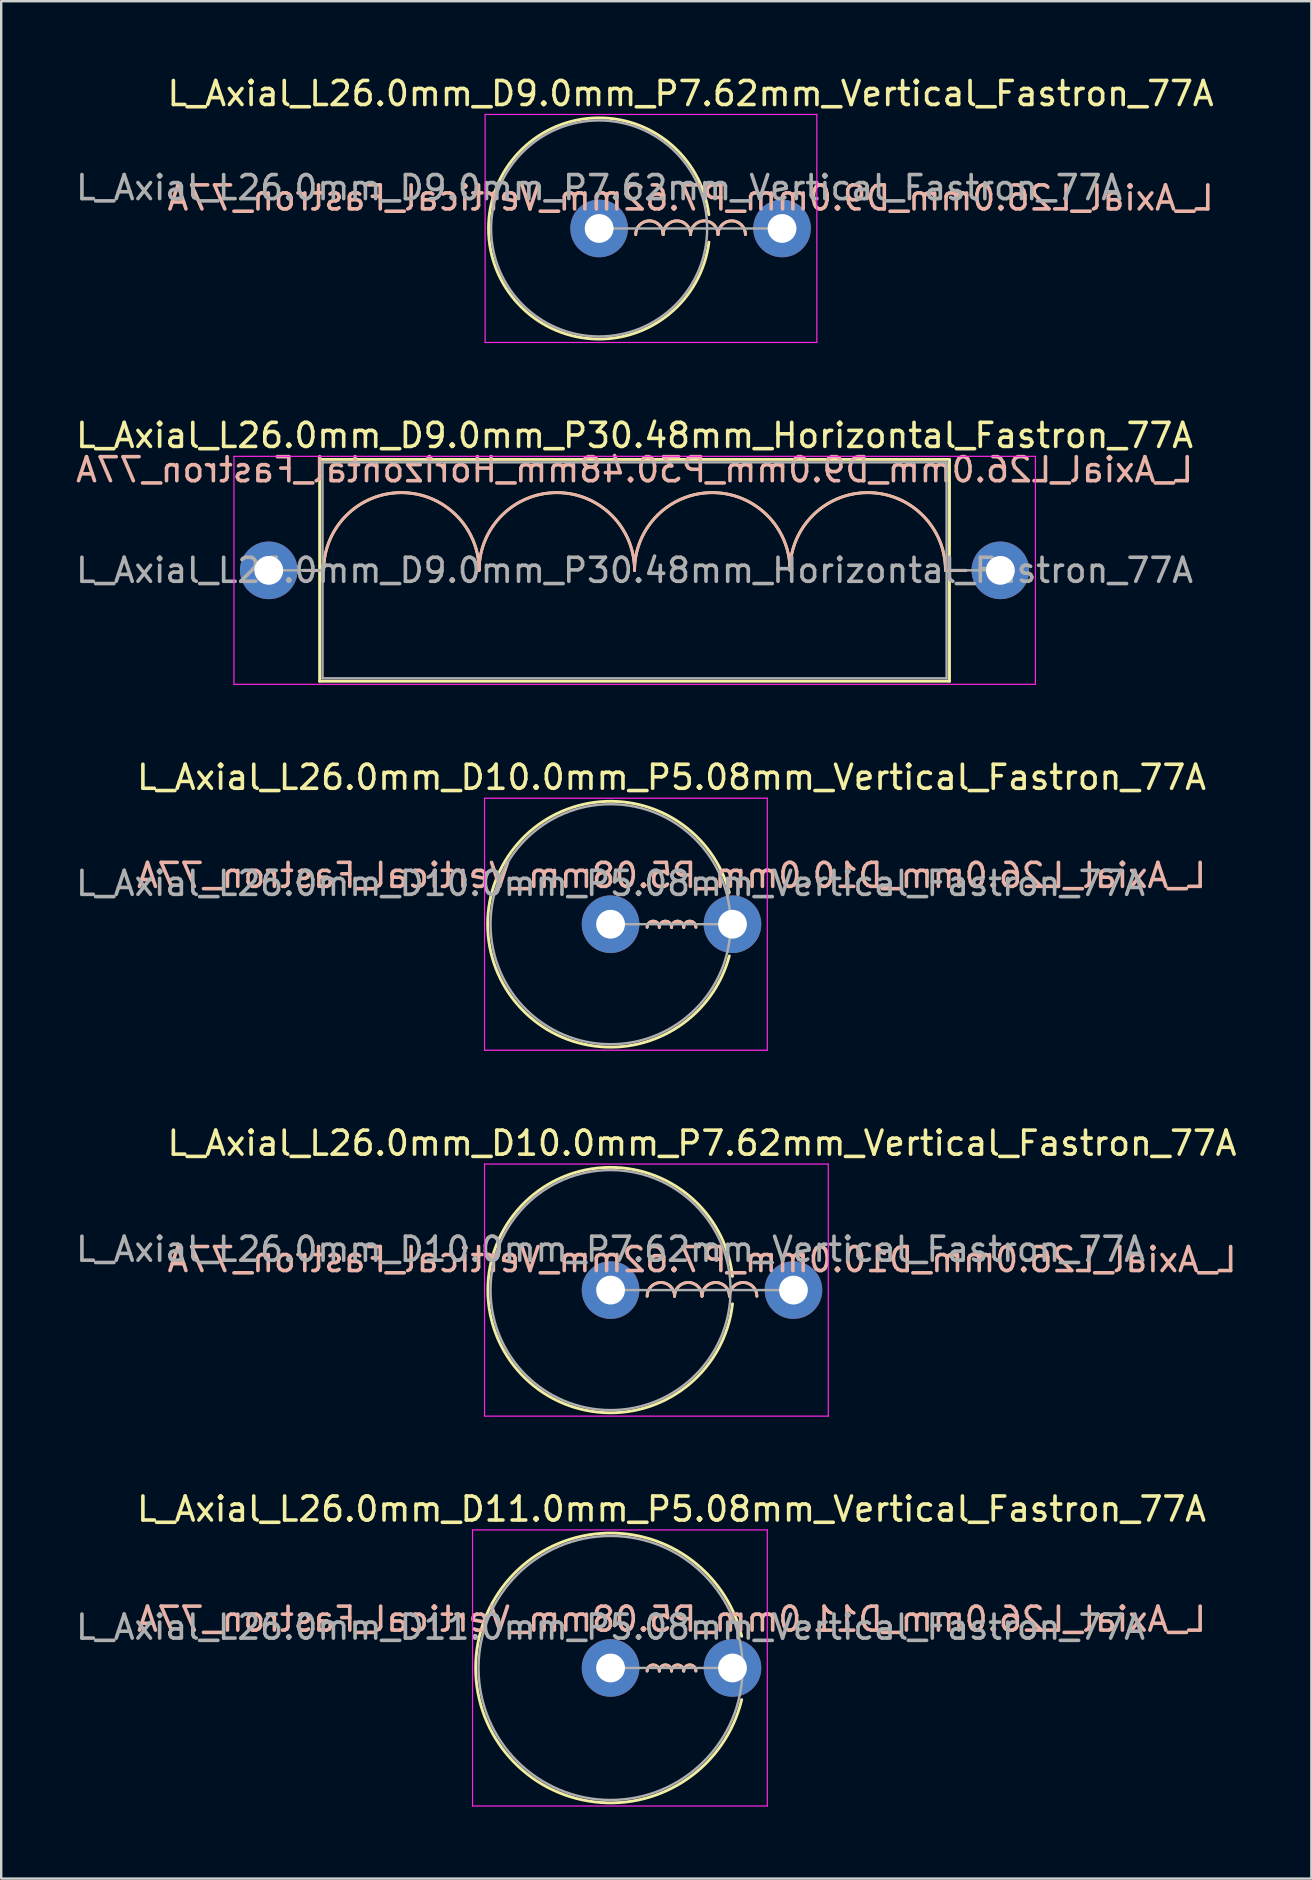
<source format=kicad_pcb>
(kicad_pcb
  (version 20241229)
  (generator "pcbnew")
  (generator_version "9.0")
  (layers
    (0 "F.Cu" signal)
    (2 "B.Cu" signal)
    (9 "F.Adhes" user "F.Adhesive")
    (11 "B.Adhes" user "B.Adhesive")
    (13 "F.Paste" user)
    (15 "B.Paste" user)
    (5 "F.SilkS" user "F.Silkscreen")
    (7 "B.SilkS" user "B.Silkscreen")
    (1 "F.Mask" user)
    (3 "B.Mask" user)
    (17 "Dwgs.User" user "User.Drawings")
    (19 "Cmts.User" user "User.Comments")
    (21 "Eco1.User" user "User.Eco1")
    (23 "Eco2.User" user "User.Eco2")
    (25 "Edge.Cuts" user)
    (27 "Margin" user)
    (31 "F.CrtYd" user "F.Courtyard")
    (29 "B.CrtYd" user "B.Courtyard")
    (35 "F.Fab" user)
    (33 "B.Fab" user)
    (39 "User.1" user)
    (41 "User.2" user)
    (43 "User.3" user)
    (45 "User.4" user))
  (footprint "L_Axial_L26.0mm_D10.0mm_P7.62mm_Vertical_Fastron_77A"
    (layer "F.Cu")
    (at 22.387 50.698)
    (property "Reference" "L_Axial_L26.0mm_D10.0mm_P7.62mm_Vertical_Fastron_77A" (at 3.81 -6.12 0) (layer "F.SilkS") (effects (font (size 1 1) (thickness 0.15))))
    (fp_arc (start 1.524 0.254) (mid 2.0955 -0.3175) (end 2.667 0.254) (stroke (width 0.12) (type solid)) (layer "F.SilkS"))
    (fp_arc (start 2.667 0.254) (mid 3.2385 -0.3175) (end 3.81 0.254) (stroke (width 0.12) (type solid)) (layer "F.SilkS"))
    (fp_arc (start 3.81 0.254) (mid 4.3815 -0.3175) (end 4.953 0.254) (stroke (width 0.12) (type solid)) (layer "F.SilkS"))
    (fp_arc (start 4.953 0.254) (mid 5.5245 -0.3175) (end 6.096 0.254) (stroke (width 0.12) (type solid)) (layer "F.SilkS"))
    (fp_arc (start 5.08 0.5715) (mid -5.112046 0) (end 5.08 -0.5715) (stroke (width 0.12) (type solid)) (layer "F.SilkS"))
    (fp_arc (start 1.524 0.254) (mid 2.0955 -0.3175) (end 2.667 0.254) (stroke (width 0.12) (type solid)) (layer "B.SilkS"))
    (fp_arc (start 2.667 0.254) (mid 3.2385 -0.3175) (end 3.81 0.254) (stroke (width 0.12) (type solid)) (layer "B.SilkS"))
    (fp_arc (start 3.81 0.254) (mid 4.3815 -0.3175) (end 4.953 0.254) (stroke (width 0.12) (type solid)) (layer "B.SilkS"))
    (fp_arc (start 4.953 0.254) (mid 5.5245 -0.3175) (end 6.096 0.254) (stroke (width 0.12) (type solid)) (layer "B.SilkS"))
    (fp_line (start -5.25 -5.25) (end -5.25 5.25) (stroke (width 0.05) (type solid)) (layer "F.CrtYd"))
    (fp_line (start -5.25 5.25) (end 9.07 5.25) (stroke (width 0.05) (type solid)) (layer "F.CrtYd"))
    (fp_line (start 9.07 -5.25) (end -5.25 -5.25) (stroke (width 0.05) (type solid)) (layer "F.CrtYd"))
    (fp_line (start 9.07 5.25) (end 9.07 -5.25) (stroke (width 0.05) (type solid)) (layer "F.CrtYd"))
    (fp_line (start 0 0) (end 7.62 0) (stroke (width 0.1) (type solid)) (layer "F.Fab"))
    (fp_circle (center 0 0) (end 5 0) (stroke (width 0.1) (type solid)) (fill no) (layer "F.Fab"))
    (fp_text user "${REFERENCE}" (at 3.81 -1.27 0) (layer "B.SilkS") (effects (font (size 1 1) (thickness 0.15)) (justify mirror)))
    (fp_text user "${REFERENCE}" (at 0 -1.7 0) (layer "F.Fab") (effects (font (size 1 1) (thickness 0.15))))
    (pad "1" thru_hole circle (at 0 0) (size 2.4 2.4) (drill 1.2) (layers "*.Cu" "*.Mask"))
    (pad "2" thru_hole oval (at 7.62 0) (size 2.4 2.4) (drill 1.2) (layers "*.Cu" "*.Mask")))
  (footprint "L_Axial_L26.0mm_D11.0mm_P5.08mm_Vertical_Fastron_77A"
    (layer "F.Cu")
    (at 22.387 66.441)
    (property "Reference" "L_Axial_L26.0mm_D11.0mm_P5.08mm_Vertical_Fastron_77A" (at 2.54 -6.62 0) (layer "F.SilkS") (effects (font (size 1 1) (thickness 0.15))))
    (fp_arc (start 1.524 0.127) (mid 1.778 -0.127) (end 2.032 0.127) (stroke (width 0.12) (type solid)) (layer "F.SilkS"))
    (fp_arc (start 2.032 0.127) (mid 2.286 -0.127) (end 2.54 0.127) (stroke (width 0.12) (type solid)) (layer "F.SilkS"))
    (fp_arc (start 2.54 0.127) (mid 2.794 -0.127) (end 3.048 0.127) (stroke (width 0.12) (type solid)) (layer "F.SilkS"))
    (fp_arc (start 3.048 0.127) (mid 3.302 -0.127) (end 3.556 0.127) (stroke (width 0.12) (type solid)) (layer "F.SilkS"))
    (fp_arc (start 5.462783 1.32) (mid -5.62 0) (end 5.462783 -1.32) (stroke (width 0.12) (type solid)) (layer "F.SilkS"))
    (fp_arc (start 1.524 0.127) (mid 1.778 -0.127) (end 2.032 0.127) (stroke (width 0.12) (type solid)) (layer "B.SilkS"))
    (fp_arc (start 2.032 0.127) (mid 2.286 -0.127) (end 2.54 0.127) (stroke (width 0.12) (type solid)) (layer "B.SilkS"))
    (fp_arc (start 2.54 0.127) (mid 2.794 -0.127) (end 3.048 0.127) (stroke (width 0.12) (type solid)) (layer "B.SilkS"))
    (fp_arc (start 3.048 0.127) (mid 3.302 -0.127) (end 3.556 0.127) (stroke (width 0.12) (type solid)) (layer "B.SilkS"))
    (fp_line (start -5.75 -5.75) (end -5.75 5.75) (stroke (width 0.05) (type solid)) (layer "F.CrtYd"))
    (fp_line (start -5.75 5.75) (end 6.53 5.75) (stroke (width 0.05) (type solid)) (layer "F.CrtYd"))
    (fp_line (start 6.53 -5.75) (end -5.75 -5.75) (stroke (width 0.05) (type solid)) (layer "F.CrtYd"))
    (fp_line (start 6.53 5.75) (end 6.53 -5.75) (stroke (width 0.05) (type solid)) (layer "F.CrtYd"))
    (fp_line (start 0 0) (end 5.08 0) (stroke (width 0.1) (type solid)) (layer "F.Fab"))
    (fp_circle (center 0 0) (end 5.5 0) (stroke (width 0.1) (type solid)) (fill no) (layer "F.Fab"))
    (fp_text user "${REFERENCE}" (at 2.54 -2.032 0) (layer "B.SilkS") (effects (font (size 1 1) (thickness 0.15)) (justify mirror)))
    (fp_text user "${REFERENCE}" (at 0 -1.7 0) (layer "F.Fab") (effects (font (size 1 1) (thickness 0.15))))
    (pad "1" thru_hole circle (at 0 0) (size 2.4 2.4) (drill 1.2) (layers "*.Cu" "*.Mask"))
    (pad "2" thru_hole oval (at 5.08 0) (size 2.4 2.4) (drill 1.2) (layers "*.Cu" "*.Mask")))
  (footprint "L_Axial_L26.0mm_D9.0mm_P30.48mm_Horizontal_Fastron_77A"
    (layer "F.Cu")
    (at 8.147 20.712)
    (property "Reference" "L_Axial_L26.0mm_D9.0mm_P30.48mm_Horizontal_Fastron_77A" (at 15.24 -5.62 0) (layer "F.SilkS") (effects (font (size 1 1) (thickness 0.15))))
    (fp_line (start 1.44 0) (end 2.12 0) (stroke (width 0.12) (type solid)) (layer "F.SilkS"))
    (fp_line (start 2.12 -4.62) (end 2.12 4.62) (stroke (width 0.12) (type solid)) (layer "F.SilkS"))
    (fp_line (start 2.12 4.62) (end 28.36 4.62) (stroke (width 0.12) (type solid)) (layer "F.SilkS"))
    (fp_line (start 2.286 0) (end 2.12 0) (stroke (width 0.12) (type solid)) (layer "F.SilkS"))
    (fp_line (start 28.194 0) (end 28.321 0) (stroke (width 0.12) (type solid)) (layer "F.SilkS"))
    (fp_line (start 28.321 0) (end 28.36 0) (stroke (width 0.12) (type solid)) (layer "F.SilkS"))
    (fp_line (start 28.36 -4.62) (end 2.12 -4.62) (stroke (width 0.12) (type solid)) (layer "F.SilkS"))
    (fp_line (start 28.36 4.62) (end 28.36 -4.62) (stroke (width 0.12) (type solid)) (layer "F.SilkS"))
    (fp_line (start 29.04 0) (end 28.36 0) (stroke (width 0.12) (type solid)) (layer "F.SilkS"))
    (fp_arc (start 2.286 0) (mid 5.5245 -3.2385) (end 8.763 0) (stroke (width 0.12) (type solid)) (layer "F.SilkS"))
    (fp_arc (start 8.763 0) (mid 12.0015 -3.2385) (end 15.24 0) (stroke (width 0.12) (type solid)) (layer "F.SilkS"))
    (fp_arc (start 15.24 0) (mid 18.4785 -3.2385) (end 21.717 0) (stroke (width 0.12) (type solid)) (layer "F.SilkS"))
    (fp_arc (start 21.717 0) (mid 24.9555 -3.2385) (end 28.194 0) (stroke (width 0.12) (type solid)) (layer "F.SilkS"))
    (fp_line (start 1.44 0) (end 2.12 0) (stroke (width 0.12) (type solid)) (layer "B.SilkS"))
    (fp_line (start 2.159 0) (end 2.12 0) (stroke (width 0.12) (type solid)) (layer "B.SilkS"))
    (fp_line (start 2.286 0) (end 2.159 0) (stroke (width 0.12) (type solid)) (layer "B.SilkS"))
    (fp_line (start 28.194 0) (end 28.36 0) (stroke (width 0.12) (type solid)) (layer "B.SilkS"))
    (fp_line (start 29.04 0) (end 28.36 0) (stroke (width 0.12) (type solid)) (layer "B.SilkS"))
    (fp_arc (start 2.286 0) (mid 5.5245 -3.2385) (end 8.763 0) (stroke (width 0.12) (type solid)) (layer "B.SilkS"))
    (fp_arc (start 8.763 0) (mid 12.0015 -3.2385) (end 15.24 0) (stroke (width 0.12) (type solid)) (layer "B.SilkS"))
    (fp_arc (start 15.24 0) (mid 18.4785 -3.2385) (end 21.717 0) (stroke (width 0.12) (type solid)) (layer "B.SilkS"))
    (fp_arc (start 21.717 0) (mid 24.9555 -3.2385) (end 28.194 0) (stroke (width 0.12) (type solid)) (layer "B.SilkS"))
    (fp_line (start -1.45 -4.75) (end -1.45 4.75) (stroke (width 0.05) (type solid)) (layer "F.CrtYd"))
    (fp_line (start -1.45 4.75) (end 31.94 4.75) (stroke (width 0.05) (type solid)) (layer "F.CrtYd"))
    (fp_line (start 31.94 -4.75) (end -1.45 -4.75) (stroke (width 0.05) (type solid)) (layer "F.CrtYd"))
    (fp_line (start 31.94 4.75) (end 31.94 -4.75) (stroke (width 0.05) (type solid)) (layer "F.CrtYd"))
    (fp_line (start 0 0) (end 2.24 0) (stroke (width 0.1) (type solid)) (layer "F.Fab"))
    (fp_line (start 2.24 -4.5) (end 2.24 4.5) (stroke (width 0.1) (type solid)) (layer "F.Fab"))
    (fp_line (start 2.24 4.5) (end 28.24 4.5) (stroke (width 0.1) (type solid)) (layer "F.Fab"))
    (fp_line (start 28.24 -4.5) (end 2.24 -4.5) (stroke (width 0.1) (type solid)) (layer "F.Fab"))
    (fp_line (start 28.24 4.5) (end 28.24 -4.5) (stroke (width 0.1) (type solid)) (layer "F.Fab"))
    (fp_line (start 30.48 0) (end 28.24 0) (stroke (width 0.1) (type solid)) (layer "F.Fab"))
    (fp_text user "${REFERENCE}" (at 15.24 -4.191 0) (layer "B.SilkS") (effects (font (size 1 1) (thickness 0.15)) (justify mirror)))
    (fp_text user "${REFERENCE}" (at 15.24 0 0) (layer "F.Fab") (effects (font (size 1 1) (thickness 0.15))))
    (pad "1" thru_hole circle (at 0 0) (size 2.4 2.4) (drill 1.2) (layers "*.Cu" "*.Mask"))
    (pad "2" thru_hole oval (at 30.48 0) (size 2.4 2.4) (drill 1.2) (layers "*.Cu" "*.Mask")))
  (footprint "L_Axial_L26.0mm_D10.0mm_P5.08mm_Vertical_Fastron_77A"
    (layer "F.Cu")
    (at 22.387 35.455)
    (property "Reference" "L_Axial_L26.0mm_D10.0mm_P5.08mm_Vertical_Fastron_77A" (at 2.54 -6.12 0) (layer "F.SilkS") (effects (font (size 1 1) (thickness 0.15))))
    (fp_arc (start 1.524 0.127) (mid 1.778 -0.127) (end 2.032 0.127) (stroke (width 0.12) (type solid)) (layer "F.SilkS"))
    (fp_arc (start 2.032 0.127) (mid 2.286 -0.127) (end 2.54 0.127) (stroke (width 0.12) (type solid)) (layer "F.SilkS"))
    (fp_arc (start 2.54 0.127) (mid 2.794 -0.127) (end 3.048 0.127) (stroke (width 0.12) (type solid)) (layer "F.SilkS"))
    (fp_arc (start 3.048 0.127) (mid 3.302 -0.127) (end 3.556 0.127) (stroke (width 0.12) (type solid)) (layer "F.SilkS"))
    (fp_arc (start 4.946918 1.32) (mid -5.12 0) (end 4.946918 -1.32) (stroke (width 0.12) (type solid)) (layer "F.SilkS"))
    (fp_arc (start 1.524 0.127) (mid 1.778 -0.127) (end 2.032 0.127) (stroke (width 0.12) (type solid)) (layer "B.SilkS"))
    (fp_arc (start 2.032 0.127) (mid 2.286 -0.127) (end 2.54 0.127) (stroke (width 0.12) (type solid)) (layer "B.SilkS"))
    (fp_arc (start 2.54 0.127) (mid 2.794 -0.127) (end 3.048 0.127) (stroke (width 0.12) (type solid)) (layer "B.SilkS"))
    (fp_arc (start 3.048 0.127) (mid 3.302 -0.127) (end 3.556 0.127) (stroke (width 0.12) (type solid)) (layer "B.SilkS"))
    (fp_line (start -5.25 -5.25) (end -5.25 5.25) (stroke (width 0.05) (type solid)) (layer "F.CrtYd"))
    (fp_line (start -5.25 5.25) (end 6.53 5.25) (stroke (width 0.05) (type solid)) (layer "F.CrtYd"))
    (fp_line (start 6.53 -5.25) (end -5.25 -5.25) (stroke (width 0.05) (type solid)) (layer "F.CrtYd"))
    (fp_line (start 6.53 5.25) (end 6.53 -5.25) (stroke (width 0.05) (type solid)) (layer "F.CrtYd"))
    (fp_line (start 0 0) (end 5.08 0) (stroke (width 0.1) (type solid)) (layer "F.Fab"))
    (fp_circle (center 0 0) (end 5 0) (stroke (width 0.1) (type solid)) (fill no) (layer "F.Fab"))
    (fp_text user "${REFERENCE}" (at 2.54 -2.032 0) (layer "B.SilkS") (effects (font (size 1 1) (thickness 0.15)) (justify mirror)))
    (fp_text user "${REFERENCE}" (at 0 -1.7 0) (layer "F.Fab") (effects (font (size 1 1) (thickness 0.15))))
    (pad "1" thru_hole circle (at 0 0) (size 2.4 2.4) (drill 1.2) (layers "*.Cu" "*.Mask"))
    (pad "2" thru_hole oval (at 5.08 0) (size 2.4 2.4) (drill 1.2) (layers "*.Cu" "*.Mask")))
  (footprint "L_Axial_L26.0mm_D9.0mm_P7.62mm_Vertical_Fastron_77A"
    (layer "F.Cu")
    (at 21.911 6.468)
    (property "Reference" "L_Axial_L26.0mm_D9.0mm_P7.62mm_Vertical_Fastron_77A" (at 3.81 -5.62 0) (layer "F.SilkS") (effects (font (size 1 1) (thickness 0.15))))
    (fp_arc (start 1.524 0.254) (mid 2.0955 -0.3175) (end 2.667 0.254) (stroke (width 0.12) (type solid)) (layer "F.SilkS"))
    (fp_arc (start 2.667 0.254) (mid 3.2385 -0.3175) (end 3.81 0.254) (stroke (width 0.12) (type solid)) (layer "F.SilkS"))
    (fp_arc (start 3.81 0.254) (mid 4.3815 -0.3175) (end 4.953 0.254) (stroke (width 0.12) (type solid)) (layer "F.SilkS"))
    (fp_arc (start 4.572 0.5715) (mid -4.60758 0) (end 4.572 -0.5715) (stroke (width 0.12) (type solid)) (layer "F.SilkS"))
    (fp_arc (start 4.953 0.254) (mid 5.5245 -0.3175) (end 6.096 0.254) (stroke (width 0.12) (type solid)) (layer "F.SilkS"))
    (fp_arc (start 1.524 0.254) (mid 2.0955 -0.3175) (end 2.667 0.254) (stroke (width 0.12) (type solid)) (layer "B.SilkS"))
    (fp_arc (start 2.667 0.254) (mid 3.2385 -0.3175) (end 3.81 0.254) (stroke (width 0.12) (type solid)) (layer "B.SilkS"))
    (fp_arc (start 3.81 0.254) (mid 4.3815 -0.3175) (end 4.953 0.254) (stroke (width 0.12) (type solid)) (layer "B.SilkS"))
    (fp_arc (start 4.953 0.254) (mid 5.5245 -0.3175) (end 6.096 0.254) (stroke (width 0.12) (type solid)) (layer "B.SilkS"))
    (fp_line (start -4.75 -4.75) (end -4.75 4.75) (stroke (width 0.05) (type solid)) (layer "F.CrtYd"))
    (fp_line (start -4.75 4.75) (end 9.07 4.75) (stroke (width 0.05) (type solid)) (layer "F.CrtYd"))
    (fp_line (start 9.07 -4.75) (end -4.75 -4.75) (stroke (width 0.05) (type solid)) (layer "F.CrtYd"))
    (fp_line (start 9.07 4.75) (end 9.07 -4.75) (stroke (width 0.05) (type solid)) (layer "F.CrtYd"))
    (fp_line (start 0 0) (end 7.62 0) (stroke (width 0.1) (type solid)) (layer "F.Fab"))
    (fp_circle (center 0 0) (end 4.5 0) (stroke (width 0.1) (type solid)) (fill no) (layer "F.Fab"))
    (fp_text user "${REFERENCE}" (at 3.81 -1.27 0) (layer "B.SilkS") (effects (font (size 1 1) (thickness 0.15)) (justify mirror)))
    (fp_text user "${REFERENCE}" (at 0 -1.7 0) (layer "F.Fab") (effects (font (size 1 1) (thickness 0.15))))
    (pad "1" thru_hole circle (at 0 0) (size 2.4 2.4) (drill 1.2) (layers "*.Cu" "*.Mask"))
    (pad "2" thru_hole oval (at 7.62 0) (size 2.4 2.4) (drill 1.2) (layers "*.Cu" "*.Mask")))
  (gr_rect
    (start -3 -3)
    (end 51.584 75.216)
    (stroke (width 0.1) (type default))
    (fill no)
    (layer "Edge.Cuts")))
</source>
